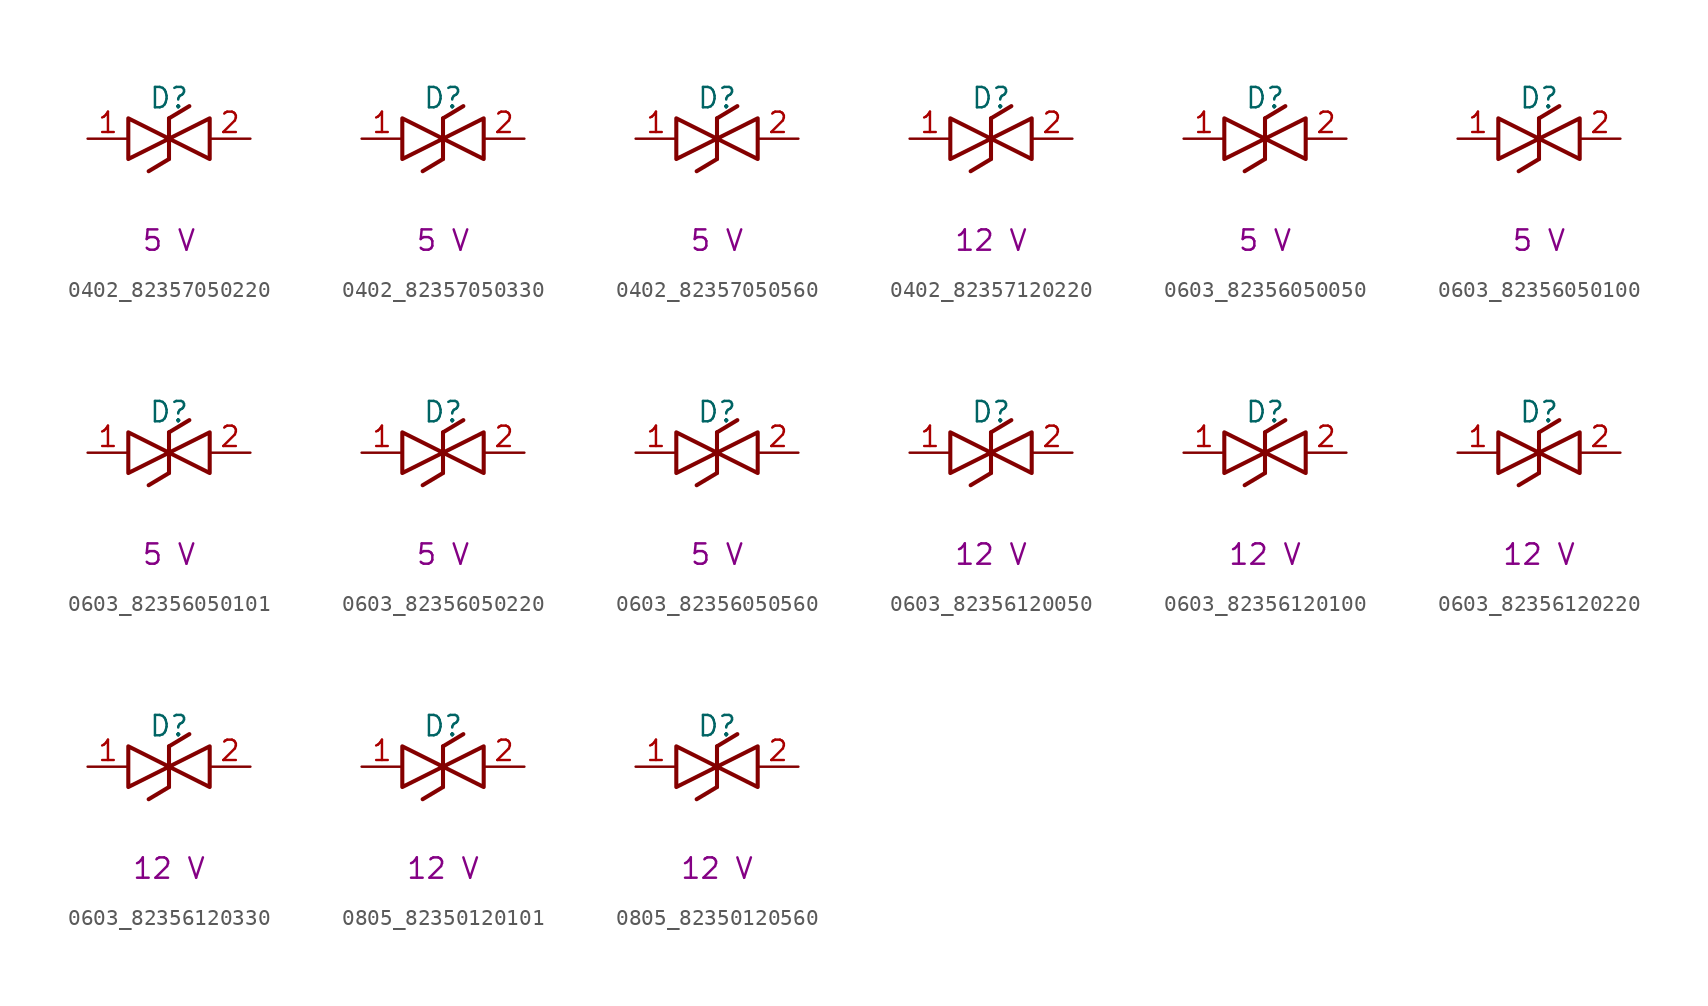
<source format=kicad_sym>
(kicad_symbol_lib
  (version 20220914)
  (generator kicad_symbol_editor)
  (symbol "0402_82357050220"
    (pin_names hide)
    (property "Reference" "D"
      (at 0 2.54 0)
      (effects (font (size 1.27 1.27))))
    (property "Critical Parameter" "5 V"
      (at 0 -6.35 0)
      (effects (font (size 1.27 1.27))))
    (symbol "0402_82357050220_0_1"
      (polyline (pts (xy -2.54 1.27) (xy -2.54 -1.27) (xy 2.54 1.27) (xy 2.54 -1.27) (xy -2.54 1.27)) (stroke (width 0.254) (type default)) (fill (type none))))
    (symbol "0402_82357050220_1_1"
      (polyline (pts (xy 0 -1.27) (xy -1.27 -2.032)) (stroke (width 0.254) (type default)) (fill (type none)))
      (polyline (pts (xy 0 1.27) (xy 0 -1.27)) (stroke (width 0.254) (type default)) (fill (type none)))
      (polyline (pts (xy 0 1.27) (xy 1.27 2.032)) (stroke (width 0.254) (type default)) (fill (type none)))
      (pin passive line (at -5.08 0 0) (length 2.54) (name "1" (effects (font (size 1.27 1.27)))) (number "1" (effects (font (size 1.27 1.27)))))
      (pin passive line (at 5.08 0 180) (length 2.54) (name "2" (effects (font (size 1.27 1.27)))) (number "2" (effects (font (size 1.27 1.27)))))))
  (symbol "0402_82357050330"
    (pin_names hide)
    (property "Reference" "D"
      (at 0 2.54 0)
      (effects (font (size 1.27 1.27))))
    (property "Critical Parameter" "5 V"
      (at 0 -6.35 0)
      (effects (font (size 1.27 1.27))))
    (symbol "0402_82357050330_0_1"
      (polyline (pts (xy -2.54 1.27) (xy -2.54 -1.27) (xy 2.54 1.27) (xy 2.54 -1.27) (xy -2.54 1.27)) (stroke (width 0.254) (type default)) (fill (type none))))
    (symbol "0402_82357050330_1_1"
      (polyline (pts (xy 0 -1.27) (xy -1.27 -2.032)) (stroke (width 0.254) (type default)) (fill (type none)))
      (polyline (pts (xy 0 1.27) (xy 0 -1.27)) (stroke (width 0.254) (type default)) (fill (type none)))
      (polyline (pts (xy 0 1.27) (xy 1.27 2.032)) (stroke (width 0.254) (type default)) (fill (type none)))
      (pin passive line (at -5.08 0 0) (length 2.54) (name "1" (effects (font (size 1.27 1.27)))) (number "1" (effects (font (size 1.27 1.27)))))
      (pin passive line (at 5.08 0 180) (length 2.54) (name "2" (effects (font (size 1.27 1.27)))) (number "2" (effects (font (size 1.27 1.27)))))))
  (symbol "0402_82357050560"
    (pin_names hide)
    (property "Reference" "D"
      (at 0 2.54 0)
      (effects (font (size 1.27 1.27))))
    (property "Critical Parameter" "5 V"
      (at 0 -6.35 0)
      (effects (font (size 1.27 1.27))))
    (symbol "0402_82357050560_0_1"
      (polyline (pts (xy -2.54 1.27) (xy -2.54 -1.27) (xy 2.54 1.27) (xy 2.54 -1.27) (xy -2.54 1.27)) (stroke (width 0.254) (type default)) (fill (type none))))
    (symbol "0402_82357050560_1_1"
      (polyline (pts (xy 0 -1.27) (xy -1.27 -2.032)) (stroke (width 0.254) (type default)) (fill (type none)))
      (polyline (pts (xy 0 1.27) (xy 0 -1.27)) (stroke (width 0.254) (type default)) (fill (type none)))
      (polyline (pts (xy 0 1.27) (xy 1.27 2.032)) (stroke (width 0.254) (type default)) (fill (type none)))
      (pin passive line (at -5.08 0 0) (length 2.54) (name "1" (effects (font (size 1.27 1.27)))) (number "1" (effects (font (size 1.27 1.27)))))
      (pin passive line (at 5.08 0 180) (length 2.54) (name "2" (effects (font (size 1.27 1.27)))) (number "2" (effects (font (size 1.27 1.27)))))))
  (symbol "0402_82357120220"
    (pin_names hide)
    (property "Reference" "D"
      (at 0 2.54 0)
      (effects (font (size 1.27 1.27))))
    (property "Critical Parameter" "12 V"
      (at 0 -6.35 0)
      (effects (font (size 1.27 1.27))))
    (symbol "0402_82357120220_0_1"
      (polyline (pts (xy -2.54 1.27) (xy -2.54 -1.27) (xy 2.54 1.27) (xy 2.54 -1.27) (xy -2.54 1.27)) (stroke (width 0.254) (type default)) (fill (type none))))
    (symbol "0402_82357120220_1_1"
      (polyline (pts (xy 0 -1.27) (xy -1.27 -2.032)) (stroke (width 0.254) (type default)) (fill (type none)))
      (polyline (pts (xy 0 1.27) (xy 0 -1.27)) (stroke (width 0.254) (type default)) (fill (type none)))
      (polyline (pts (xy 0 1.27) (xy 1.27 2.032)) (stroke (width 0.254) (type default)) (fill (type none)))
      (pin passive line (at -5.08 0 0) (length 2.54) (name "1" (effects (font (size 1.27 1.27)))) (number "1" (effects (font (size 1.27 1.27)))))
      (pin passive line (at 5.08 0 180) (length 2.54) (name "2" (effects (font (size 1.27 1.27)))) (number "2" (effects (font (size 1.27 1.27)))))))
  (symbol "0603_82356050050"
    (pin_names hide)
    (property "Reference" "D"
      (at 0 2.54 0)
      (effects (font (size 1.27 1.27))))
    (property "Critical Parameter" "5 V"
      (at 0 -6.35 0)
      (effects (font (size 1.27 1.27))))
    (symbol "0603_82356050050_0_1"
      (polyline (pts (xy -2.54 1.27) (xy -2.54 -1.27) (xy 2.54 1.27) (xy 2.54 -1.27) (xy -2.54 1.27)) (stroke (width 0.254) (type default)) (fill (type none))))
    (symbol "0603_82356050050_1_1"
      (polyline (pts (xy 0 -1.27) (xy -1.27 -2.032)) (stroke (width 0.254) (type default)) (fill (type none)))
      (polyline (pts (xy 0 1.27) (xy 0 -1.27)) (stroke (width 0.254) (type default)) (fill (type none)))
      (polyline (pts (xy 0 1.27) (xy 1.27 2.032)) (stroke (width 0.254) (type default)) (fill (type none)))
      (pin passive line (at -5.08 0 0) (length 2.54) (name "1" (effects (font (size 1.27 1.27)))) (number "1" (effects (font (size 1.27 1.27)))))
      (pin passive line (at 5.08 0 180) (length 2.54) (name "2" (effects (font (size 1.27 1.27)))) (number "2" (effects (font (size 1.27 1.27)))))))
  (symbol "0603_82356050100"
    (pin_names hide)
    (property "Reference" "D"
      (at 0 2.54 0)
      (effects (font (size 1.27 1.27))))
    (property "Critical Parameter" "5 V"
      (at 0 -6.35 0)
      (effects (font (size 1.27 1.27))))
    (symbol "0603_82356050100_0_1"
      (polyline (pts (xy -2.54 1.27) (xy -2.54 -1.27) (xy 2.54 1.27) (xy 2.54 -1.27) (xy -2.54 1.27)) (stroke (width 0.254) (type default)) (fill (type none))))
    (symbol "0603_82356050100_1_1"
      (polyline (pts (xy 0 -1.27) (xy -1.27 -2.032)) (stroke (width 0.254) (type default)) (fill (type none)))
      (polyline (pts (xy 0 1.27) (xy 0 -1.27)) (stroke (width 0.254) (type default)) (fill (type none)))
      (polyline (pts (xy 0 1.27) (xy 1.27 2.032)) (stroke (width 0.254) (type default)) (fill (type none)))
      (pin passive line (at -5.08 0 0) (length 2.54) (name "1" (effects (font (size 1.27 1.27)))) (number "1" (effects (font (size 1.27 1.27)))))
      (pin passive line (at 5.08 0 180) (length 2.54) (name "2" (effects (font (size 1.27 1.27)))) (number "2" (effects (font (size 1.27 1.27)))))))
  (symbol "0603_82356050101"
    (pin_names hide)
    (property "Reference" "D"
      (at 0 2.54 0)
      (effects (font (size 1.27 1.27))))
    (property "Critical Parameter" "5 V"
      (at 0 -6.35 0)
      (effects (font (size 1.27 1.27))))
    (symbol "0603_82356050101_0_1"
      (polyline (pts (xy -2.54 1.27) (xy -2.54 -1.27) (xy 2.54 1.27) (xy 2.54 -1.27) (xy -2.54 1.27)) (stroke (width 0.254) (type default)) (fill (type none))))
    (symbol "0603_82356050101_1_1"
      (polyline (pts (xy 0 -1.27) (xy -1.27 -2.032)) (stroke (width 0.254) (type default)) (fill (type none)))
      (polyline (pts (xy 0 1.27) (xy 0 -1.27)) (stroke (width 0.254) (type default)) (fill (type none)))
      (polyline (pts (xy 0 1.27) (xy 1.27 2.032)) (stroke (width 0.254) (type default)) (fill (type none)))
      (pin passive line (at -5.08 0 0) (length 2.54) (name "1" (effects (font (size 1.27 1.27)))) (number "1" (effects (font (size 1.27 1.27)))))
      (pin passive line (at 5.08 0 180) (length 2.54) (name "2" (effects (font (size 1.27 1.27)))) (number "2" (effects (font (size 1.27 1.27)))))))
  (symbol "0603_82356050220"
    (pin_names hide)
    (property "Reference" "D"
      (at 0 2.54 0)
      (effects (font (size 1.27 1.27))))
    (property "Critical Parameter" "5 V"
      (at 0 -6.35 0)
      (effects (font (size 1.27 1.27))))
    (symbol "0603_82356050220_0_1"
      (polyline (pts (xy -2.54 1.27) (xy -2.54 -1.27) (xy 2.54 1.27) (xy 2.54 -1.27) (xy -2.54 1.27)) (stroke (width 0.254) (type default)) (fill (type none))))
    (symbol "0603_82356050220_1_1"
      (polyline (pts (xy 0 -1.27) (xy -1.27 -2.032)) (stroke (width 0.254) (type default)) (fill (type none)))
      (polyline (pts (xy 0 1.27) (xy 0 -1.27)) (stroke (width 0.254) (type default)) (fill (type none)))
      (polyline (pts (xy 0 1.27) (xy 1.27 2.032)) (stroke (width 0.254) (type default)) (fill (type none)))
      (pin passive line (at -5.08 0 0) (length 2.54) (name "1" (effects (font (size 1.27 1.27)))) (number "1" (effects (font (size 1.27 1.27)))))
      (pin passive line (at 5.08 0 180) (length 2.54) (name "2" (effects (font (size 1.27 1.27)))) (number "2" (effects (font (size 1.27 1.27)))))))
  (symbol "0603_82356050560"
    (pin_names hide)
    (property "Reference" "D"
      (at 0 2.54 0)
      (effects (font (size 1.27 1.27))))
    (property "Critical Parameter" "5 V"
      (at 0 -6.35 0)
      (effects (font (size 1.27 1.27))))
    (symbol "0603_82356050560_0_1"
      (polyline (pts (xy -2.54 1.27) (xy -2.54 -1.27) (xy 2.54 1.27) (xy 2.54 -1.27) (xy -2.54 1.27)) (stroke (width 0.254) (type default)) (fill (type none))))
    (symbol "0603_82356050560_1_1"
      (polyline (pts (xy 0 -1.27) (xy -1.27 -2.032)) (stroke (width 0.254) (type default)) (fill (type none)))
      (polyline (pts (xy 0 1.27) (xy 0 -1.27)) (stroke (width 0.254) (type default)) (fill (type none)))
      (polyline (pts (xy 0 1.27) (xy 1.27 2.032)) (stroke (width 0.254) (type default)) (fill (type none)))
      (pin passive line (at -5.08 0 0) (length 2.54) (name "1" (effects (font (size 1.27 1.27)))) (number "1" (effects (font (size 1.27 1.27)))))
      (pin passive line (at 5.08 0 180) (length 2.54) (name "2" (effects (font (size 1.27 1.27)))) (number "2" (effects (font (size 1.27 1.27)))))))
  (symbol "0603_82356120050"
    (pin_names hide)
    (property "Reference" "D"
      (at 0 2.54 0)
      (effects (font (size 1.27 1.27))))
    (property "Critical Parameter" "12 V"
      (at 0 -6.35 0)
      (effects (font (size 1.27 1.27))))
    (symbol "0603_82356120050_0_1"
      (polyline (pts (xy -2.54 1.27) (xy -2.54 -1.27) (xy 2.54 1.27) (xy 2.54 -1.27) (xy -2.54 1.27)) (stroke (width 0.254) (type default)) (fill (type none))))
    (symbol "0603_82356120050_1_1"
      (polyline (pts (xy 0 -1.27) (xy -1.27 -2.032)) (stroke (width 0.254) (type default)) (fill (type none)))
      (polyline (pts (xy 0 1.27) (xy 0 -1.27)) (stroke (width 0.254) (type default)) (fill (type none)))
      (polyline (pts (xy 0 1.27) (xy 1.27 2.032)) (stroke (width 0.254) (type default)) (fill (type none)))
      (pin passive line (at -5.08 0 0) (length 2.54) (name "1" (effects (font (size 1.27 1.27)))) (number "1" (effects (font (size 1.27 1.27)))))
      (pin passive line (at 5.08 0 180) (length 2.54) (name "2" (effects (font (size 1.27 1.27)))) (number "2" (effects (font (size 1.27 1.27)))))))
  (symbol "0603_82356120100"
    (pin_names hide)
    (property "Reference" "D"
      (at 0 2.54 0)
      (effects (font (size 1.27 1.27))))
    (property "Critical Parameter" "12 V"
      (at 0 -6.35 0)
      (effects (font (size 1.27 1.27))))
    (symbol "0603_82356120100_0_1"
      (polyline (pts (xy -2.54 1.27) (xy -2.54 -1.27) (xy 2.54 1.27) (xy 2.54 -1.27) (xy -2.54 1.27)) (stroke (width 0.254) (type default)) (fill (type none))))
    (symbol "0603_82356120100_1_1"
      (polyline (pts (xy 0 -1.27) (xy -1.27 -2.032)) (stroke (width 0.254) (type default)) (fill (type none)))
      (polyline (pts (xy 0 1.27) (xy 0 -1.27)) (stroke (width 0.254) (type default)) (fill (type none)))
      (polyline (pts (xy 0 1.27) (xy 1.27 2.032)) (stroke (width 0.254) (type default)) (fill (type none)))
      (pin passive line (at -5.08 0 0) (length 2.54) (name "1" (effects (font (size 1.27 1.27)))) (number "1" (effects (font (size 1.27 1.27)))))
      (pin passive line (at 5.08 0 180) (length 2.54) (name "2" (effects (font (size 1.27 1.27)))) (number "2" (effects (font (size 1.27 1.27)))))))
  (symbol "0603_82356120220"
    (pin_names hide)
    (property "Reference" "D"
      (at 0 2.54 0)
      (effects (font (size 1.27 1.27))))
    (property "Critical Parameter" "12 V"
      (at 0 -6.35 0)
      (effects (font (size 1.27 1.27))))
    (symbol "0603_82356120220_0_1"
      (polyline (pts (xy -2.54 1.27) (xy -2.54 -1.27) (xy 2.54 1.27) (xy 2.54 -1.27) (xy -2.54 1.27)) (stroke (width 0.254) (type default)) (fill (type none))))
    (symbol "0603_82356120220_1_1"
      (polyline (pts (xy 0 -1.27) (xy -1.27 -2.032)) (stroke (width 0.254) (type default)) (fill (type none)))
      (polyline (pts (xy 0 1.27) (xy 0 -1.27)) (stroke (width 0.254) (type default)) (fill (type none)))
      (polyline (pts (xy 0 1.27) (xy 1.27 2.032)) (stroke (width 0.254) (type default)) (fill (type none)))
      (pin passive line (at -5.08 0 0) (length 2.54) (name "1" (effects (font (size 1.27 1.27)))) (number "1" (effects (font (size 1.27 1.27)))))
      (pin passive line (at 5.08 0 180) (length 2.54) (name "2" (effects (font (size 1.27 1.27)))) (number "2" (effects (font (size 1.27 1.27)))))))
  (symbol "0603_82356120330"
    (pin_names hide)
    (property "Reference" "D"
      (at 0 2.54 0)
      (effects (font (size 1.27 1.27))))
    (property "Critical Parameter" "12 V"
      (at 0 -6.35 0)
      (effects (font (size 1.27 1.27))))
    (symbol "0603_82356120330_0_1"
      (polyline (pts (xy -2.54 1.27) (xy -2.54 -1.27) (xy 2.54 1.27) (xy 2.54 -1.27) (xy -2.54 1.27)) (stroke (width 0.254) (type default)) (fill (type none))))
    (symbol "0603_82356120330_1_1"
      (polyline (pts (xy 0 -1.27) (xy -1.27 -2.032)) (stroke (width 0.254) (type default)) (fill (type none)))
      (polyline (pts (xy 0 1.27) (xy 0 -1.27)) (stroke (width 0.254) (type default)) (fill (type none)))
      (polyline (pts (xy 0 1.27) (xy 1.27 2.032)) (stroke (width 0.254) (type default)) (fill (type none)))
      (pin passive line (at -5.08 0 0) (length 2.54) (name "1" (effects (font (size 1.27 1.27)))) (number "1" (effects (font (size 1.27 1.27)))))
      (pin passive line (at 5.08 0 180) (length 2.54) (name "2" (effects (font (size 1.27 1.27)))) (number "2" (effects (font (size 1.27 1.27)))))))
  (symbol "0805_82350120101"
    (pin_names hide)
    (property "Reference" "D"
      (at 0 2.54 0)
      (effects (font (size 1.27 1.27))))
    (property "Critical Parameter" "12 V"
      (at 0 -6.35 0)
      (effects (font (size 1.27 1.27))))
    (symbol "0805_82350120101_0_1"
      (polyline (pts (xy -2.54 1.27) (xy -2.54 -1.27) (xy 2.54 1.27) (xy 2.54 -1.27) (xy -2.54 1.27)) (stroke (width 0.254) (type default)) (fill (type none))))
    (symbol "0805_82350120101_1_1"
      (polyline (pts (xy 0 -1.27) (xy -1.27 -2.032)) (stroke (width 0.254) (type default)) (fill (type none)))
      (polyline (pts (xy 0 1.27) (xy 0 -1.27)) (stroke (width 0.254) (type default)) (fill (type none)))
      (polyline (pts (xy 0 1.27) (xy 1.27 2.032)) (stroke (width 0.254) (type default)) (fill (type none)))
      (pin passive line (at -5.08 0 0) (length 2.54) (name "1" (effects (font (size 1.27 1.27)))) (number "1" (effects (font (size 1.27 1.27)))))
      (pin passive line (at 5.08 0 180) (length 2.54) (name "2" (effects (font (size 1.27 1.27)))) (number "2" (effects (font (size 1.27 1.27)))))))
  (symbol "0805_82350120560"
    (pin_names hide)
    (property "Reference" "D"
      (at 0 2.54 0)
      (effects (font (size 1.27 1.27))))
    (property "Critical Parameter" "12 V"
      (at 0 -6.35 0)
      (effects (font (size 1.27 1.27))))
    (symbol "0805_82350120560_0_1"
      (polyline (pts (xy -2.54 1.27) (xy -2.54 -1.27) (xy 2.54 1.27) (xy 2.54 -1.27) (xy -2.54 1.27)) (stroke (width 0.254) (type default)) (fill (type none))))
    (symbol "0805_82350120560_1_1"
      (polyline (pts (xy 0 -1.27) (xy -1.27 -2.032)) (stroke (width 0.254) (type default)) (fill (type none)))
      (polyline (pts (xy 0 1.27) (xy 0 -1.27)) (stroke (width 0.254) (type default)) (fill (type none)))
      (polyline (pts (xy 0 1.27) (xy 1.27 2.032)) (stroke (width 0.254) (type default)) (fill (type none)))
      (pin passive line (at -5.08 0 0) (length 2.54) (name "1" (effects (font (size 1.27 1.27)))) (number "1" (effects (font (size 1.27 1.27)))))
      (pin passive line (at 5.08 0 180) (length 2.54) (name "2" (effects (font (size 1.27 1.27)))) (number "2" (effects (font (size 1.27 1.27))))))))
</source>
